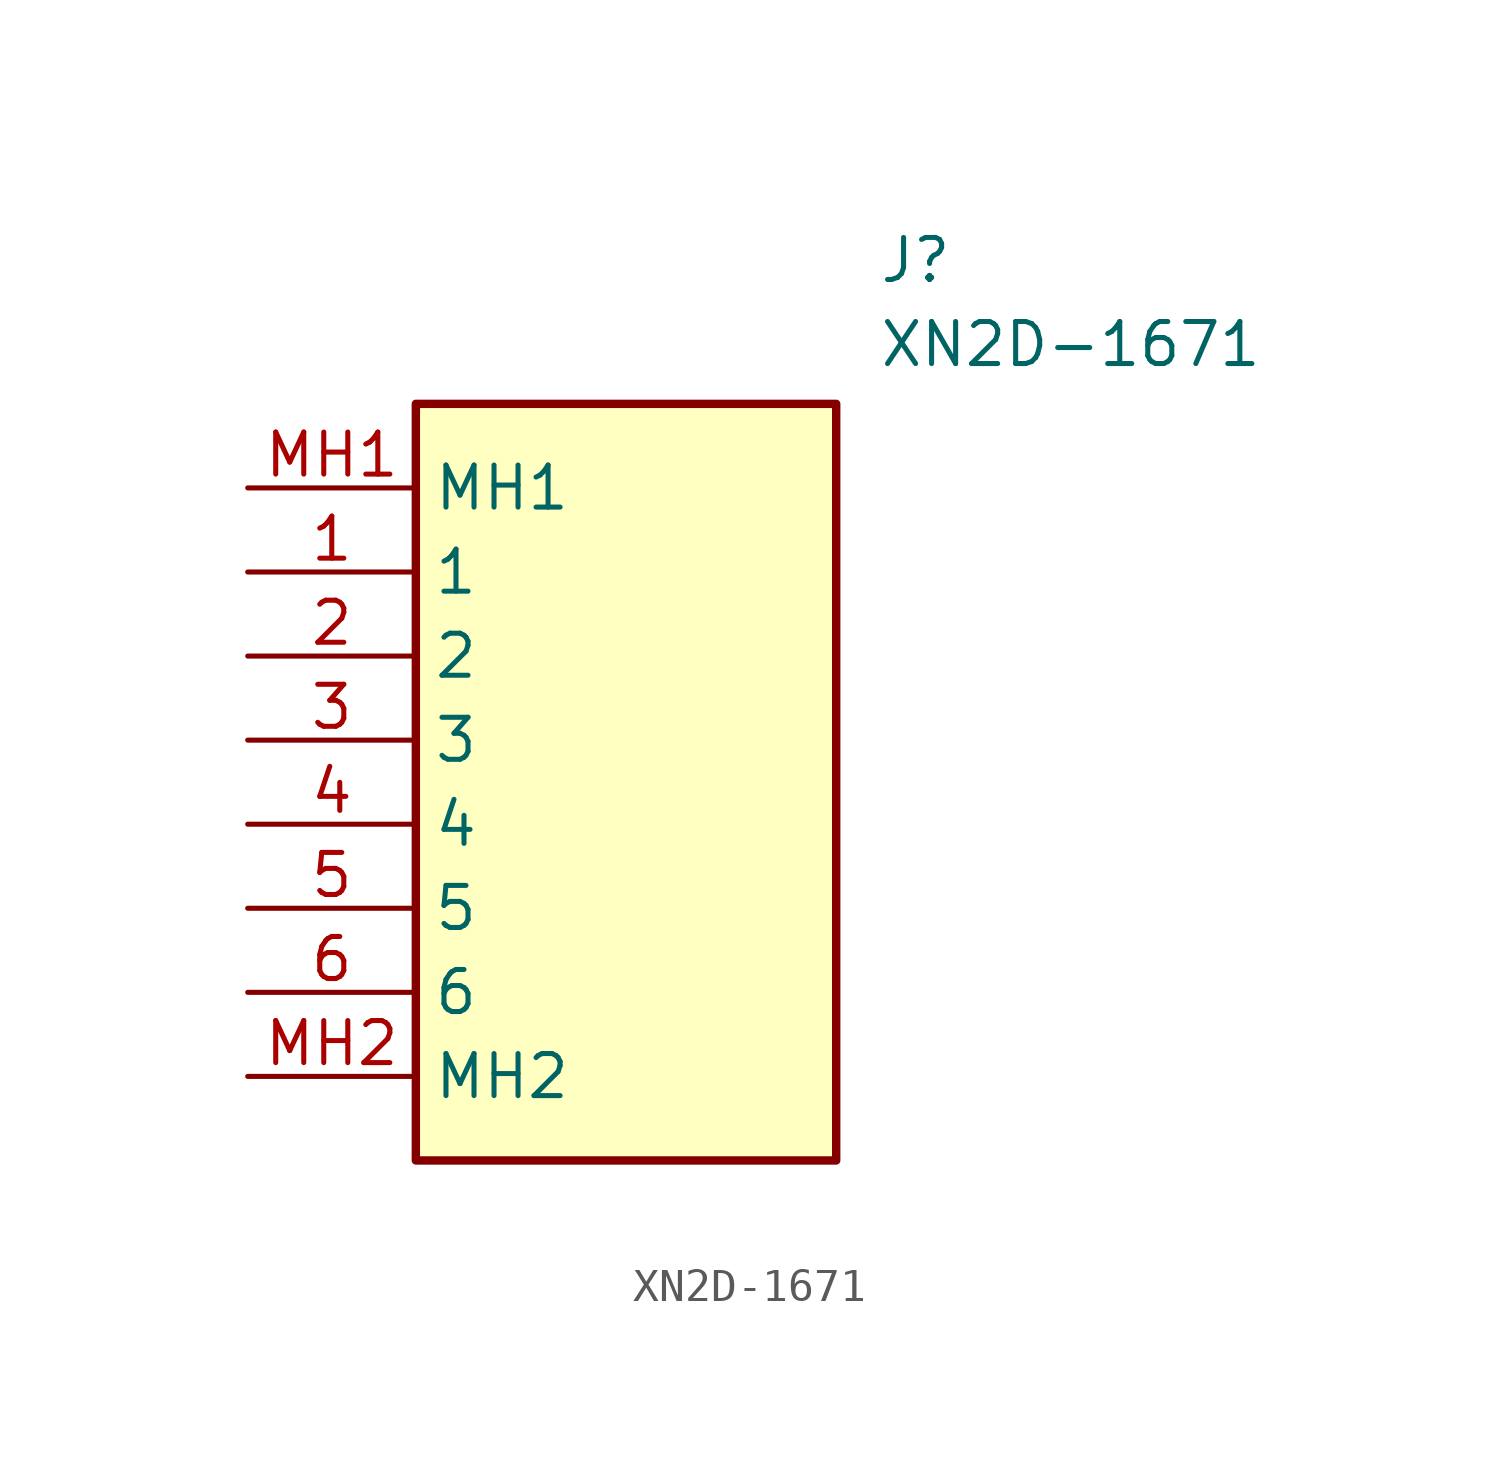
<source format=kicad_sym>
(kicad_symbol_lib
  (version 20211014)
  (generator SamacSys_ECAD_Model)
  (symbol "XN2D-1671"
    (property "Reference" "J"
      (at 19.05 7.62 0)
      (effects (font (size 1.27 1.27)) (justify left top)))
    (property "Value" "XN2D-1671"
      (at 19.05 5.08 0)
      (effects (font (size 1.27 1.27)) (justify left top)))
    (rectangle
      (start 5.08 2.54)
      (end 17.78 -20.32)
      (stroke (width 0.254) (type default))
      (fill (type background)))
    (pin passive line
      (at 0 -2.54 0)
      (length 5.08)
      (name "1" (effects (font (size 1.27 1.27))))
      (number "1" (effects (font (size 1.27 1.27)))))
    (pin passive line
      (at 0 -5.08 0)
      (length 5.08)
      (name "2" (effects (font (size 1.27 1.27))))
      (number "2" (effects (font (size 1.27 1.27)))))
    (pin passive line
      (at 0 -7.62 0)
      (length 5.08)
      (name "3" (effects (font (size 1.27 1.27))))
      (number "3" (effects (font (size 1.27 1.27)))))
    (pin passive line
      (at 0 -10.16 0)
      (length 5.08)
      (name "4" (effects (font (size 1.27 1.27))))
      (number "4" (effects (font (size 1.27 1.27)))))
    (pin passive line
      (at 0 -12.7 0)
      (length 5.08)
      (name "5" (effects (font (size 1.27 1.27))))
      (number "5" (effects (font (size 1.27 1.27)))))
    (pin passive line
      (at 0 -15.24 0)
      (length 5.08)
      (name "6" (effects (font (size 1.27 1.27))))
      (number "6" (effects (font (size 1.27 1.27)))))
    (pin passive line
      (at 0 0 0)
      (length 5.08)
      (name "MH1" (effects (font (size 1.27 1.27))))
      (number "MH1" (effects (font (size 1.27 1.27)))))
    (pin passive line
      (at 0 -17.78 0)
      (length 5.08)
      (name "MH2" (effects (font (size 1.27 1.27))))
      (number "MH2" (effects (font (size 1.27 1.27)))))))
</source>
